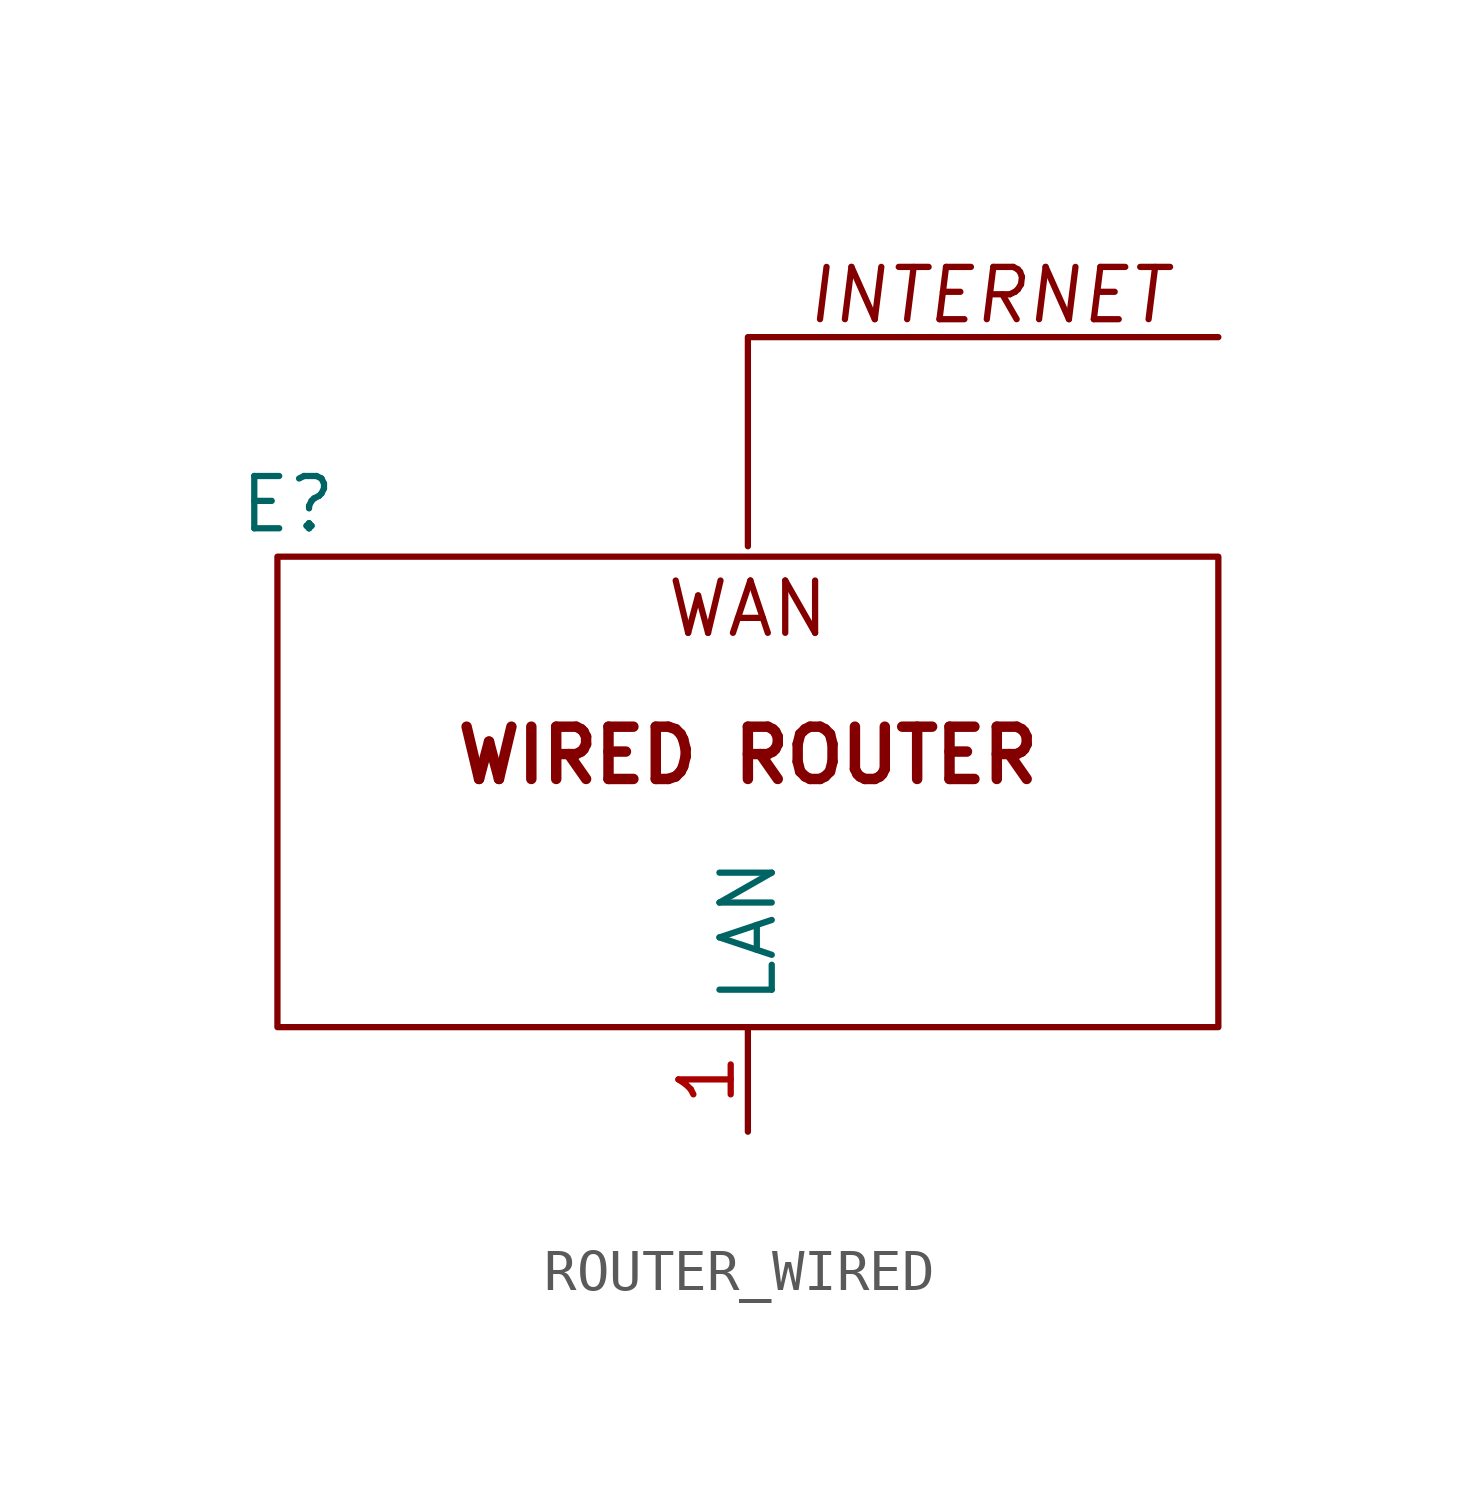
<source format=kicad_sym>
(kicad_symbol_lib
  (version 20231120)
  (generator "kicad_symbol_editor")
  (generator_version "8.0")
  (symbol "ROUTER_WIRED"
    (property "Reference" "E"
      (at -3.556 5.08 0)
      (effects (font (size 1.27 1.27))))
    (property "Value" ""
      (at -1.27 -2.54 0)
      (effects (font (size 1.27 1.27))))
    (symbol "ROUTER_WIRED_0_1"
      (rectangle (start -3.81 3.81) (end 19.05 -7.62) (stroke (width 0) (type default)) (fill (type none))))
    (symbol "ROUTER_WIRED_1_1"
      (polyline (pts (xy 7.62 4.064) (xy 7.62 9.144) (xy 19.05 9.144)) (stroke (width 0) (type default)) (fill (type none)))
      (text "INTERNET" (at 13.462 10.16 0) (effects (font (size 1.27 1.27) (italic yes))))
      (text "WAN" (at 7.62 2.54 0) (effects (font (size 1.27 1.27))))
      (text "WIRED ROUTER" (at 7.62 -1.016 0) (effects (font (size 1.27 1.27) (bold yes))))
      (pin passive line (at 7.62 -10.16 90) (length 2.54) (name "LAN" (effects (font (size 1.27 1.27)))) (number "1" (effects (font (size 1.27 1.27))))))))
</source>
